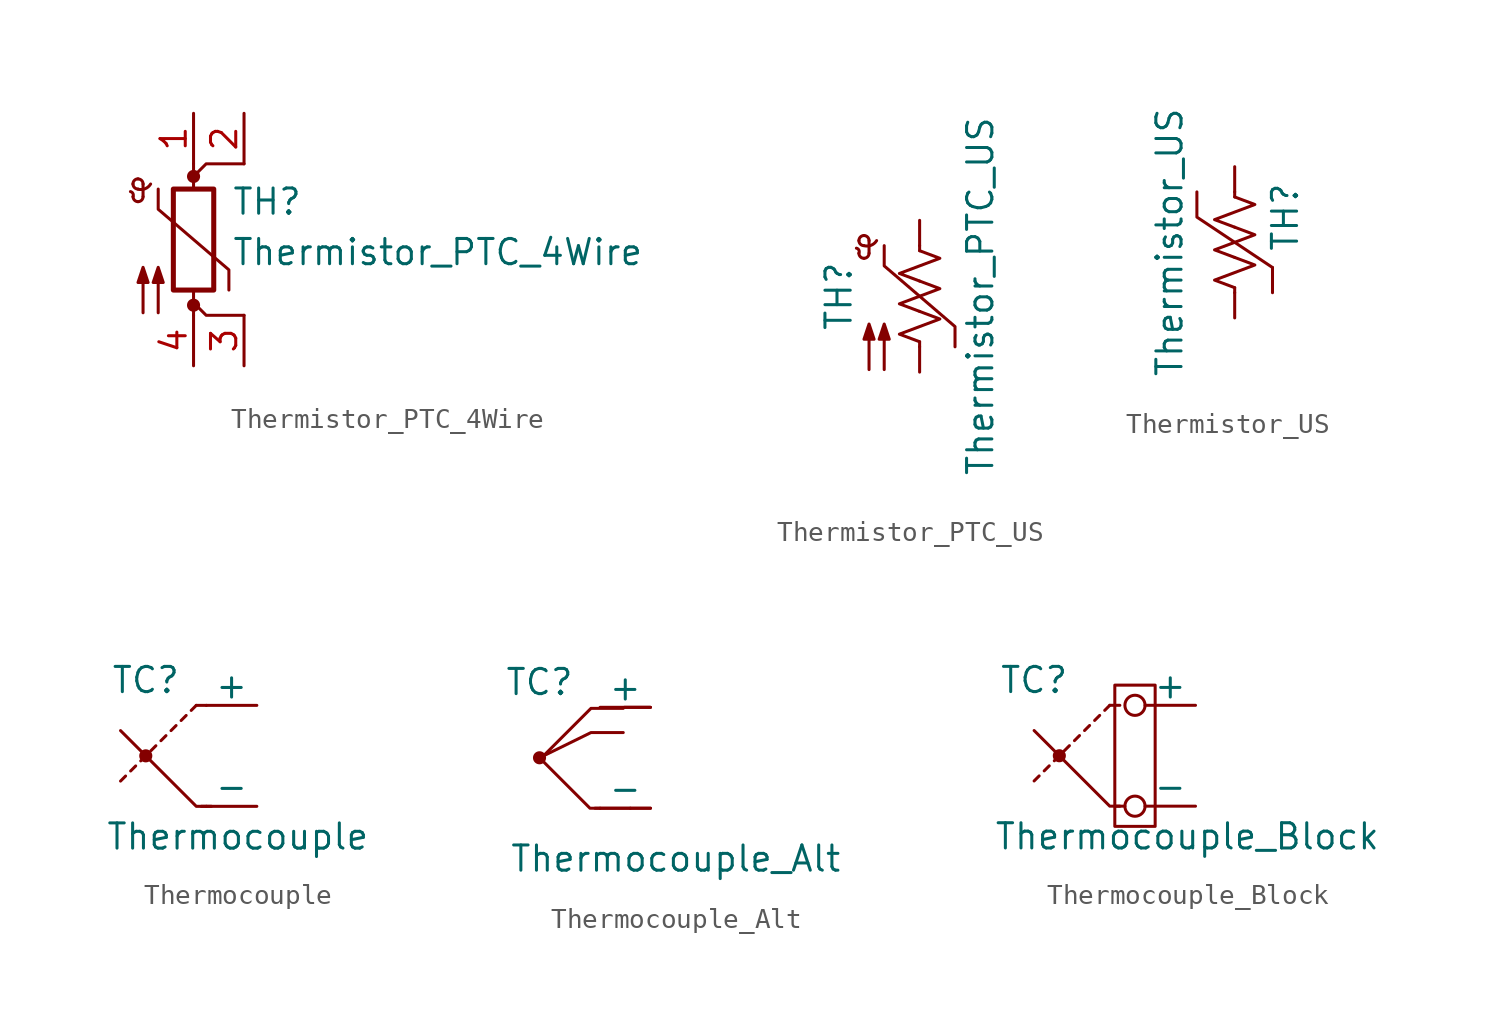
<source format=kicad_sym>
(kicad_symbol_lib
  (version 20241209)
  (generator "kicad_symbol_editor")
  (generator_version "9.0")
  (symbol "Thermistor_PTC_4Wire"
    (pin_names
      (offset 0))
    (property "Reference" "TH"
      (at 1.905 1.905 0)
      (effects (font (size 1.27 1.27)) (justify left)))
    (property "Value" "Thermistor_PTC_4Wire"
      (at 1.905 -0.635 0)
      (effects (font (size 1.27 1.27)) (justify left)))
    (symbol "Thermistor_PTC_4Wire_0_1"
      (arc (start -3.175 2.413) (mid -3.0506 2.3165) (end -3.048 2.159) (stroke (width 0) (type default)) (fill (type none)))
      (arc (start -3.048 2.794) (mid -2.9736 2.9736) (end -2.794 3.048) (stroke (width 0) (type default)) (fill (type none)))
      (arc (start -2.794 3.048) (mid -2.6144 2.9736) (end -2.54 2.794) (stroke (width 0) (type default)) (fill (type none)))
      (arc (start -2.794 2.54) (mid -2.9736 2.6144) (end -3.048 2.794) (stroke (width 0) (type default)) (fill (type none)))
      (arc (start -2.794 1.905) (mid -2.9736 1.9794) (end -3.048 2.159) (stroke (width 0) (type default)) (fill (type none)))
      (arc (start -2.54 2.159) (mid -2.6144 1.9794) (end -2.794 1.905) (stroke (width 0) (type default)) (fill (type none)))
      (arc (start -2.159 2.794) (mid -2.434 2.5608) (end -2.794 2.54) (stroke (width 0) (type default)) (fill (type none)))
      (polyline (pts (xy -2.54 2.159) (xy -2.54 2.794)) (stroke (width 0) (type default)) (fill (type none)))
      (polyline (pts (xy -2.54 -3.683) (xy -2.54 -1.397) (xy -2.794 -2.159) (xy -2.286 -2.159) (xy -2.54 -1.397) (xy -2.54 -1.651)) (stroke (width 0) (type default)) (fill (type outline)))
      (polyline (pts (xy -1.778 2.54) (xy -1.778 1.524) (xy 1.778 -1.524) (xy 1.778 -2.54)) (stroke (width 0) (type default)) (fill (type none)))
      (polyline (pts (xy -1.778 -3.683) (xy -1.778 -1.397) (xy -2.032 -2.159) (xy -1.524 -2.159) (xy -1.778 -1.397) (xy -1.778 -1.651)) (stroke (width 0) (type default)) (fill (type outline)))
      (rectangle (start -1.016 2.54) (end 1.016 -2.54) (stroke (width 0.254) (type default)) (fill (type none)))
      (polyline (pts (xy 0 3.81) (xy 0 2.54)) (stroke (width 0) (type default)) (fill (type none)))
      (circle (center 0 3.175) (radius 0.254) (stroke (width 0) (type default)) (fill (type outline)))
      (polyline (pts (xy 0 3.175) (xy 0 3.175)) (stroke (width 0) (type default)) (fill (type none)))
      (circle (center 0 -3.302) (radius 0.254) (stroke (width 0) (type default)) (fill (type outline)))
      (polyline (pts (xy 0 -3.81) (xy 0 -2.54)) (stroke (width 0) (type default)) (fill (type none)))
      (polyline (pts (xy 2.54 3.81) (xy 0.635 3.81) (xy 0 3.175)) (stroke (width 0) (type default)) (fill (type none)))
      (polyline (pts (xy 2.54 -3.81) (xy 0.635 -3.81) (xy 0 -3.175)) (stroke (width 0) (type default)) (fill (type none))))
    (symbol "Thermistor_PTC_4Wire_1_1"
      (pin passive line (at 0 6.35 270) (length 2.54) (name "~" (effects (font (size 1.27 1.27)))) (number "1" (effects (font (size 1.27 1.27)))))
      (pin passive line (at 0 -6.35 90) (length 2.54) (name "~" (effects (font (size 1.27 1.27)))) (number "4" (effects (font (size 1.27 1.27)))))
      (pin passive line (at 2.54 6.35 270) (length 2.54) (name "~" (effects (font (size 1.27 1.27)))) (number "2" (effects (font (size 1.27 1.27)))))
      (pin passive line (at 2.54 -6.35 90) (length 2.54) (name "~" (effects (font (size 1.27 1.27)))) (number "3" (effects (font (size 1.27 1.27)))))))
  (symbol "Thermistor_PTC_US"
    (pin_numbers
      (hide yes))
    (pin_names
      (offset 0))
    (property "Reference" "TH"
      (at -4.064 0 90)
      (effects (font (size 1.27 1.27))))
    (property "Value" "Thermistor_PTC_US"
      (at 3.048 0 90)
      (effects (font (size 1.27 1.27))))
    (symbol "Thermistor_PTC_US_0_1"
      (arc (start -3.175 2.413) (mid -3.0506 2.3165) (end -3.048 2.159) (stroke (width 0) (type default)) (fill (type none)))
      (arc (start -3.048 2.794) (mid -2.9736 2.9736) (end -2.794 3.048) (stroke (width 0) (type default)) (fill (type none)))
      (arc (start -2.794 3.048) (mid -2.6144 2.9736) (end -2.54 2.794) (stroke (width 0) (type default)) (fill (type none)))
      (arc (start -2.794 2.54) (mid -2.9736 2.6144) (end -3.048 2.794) (stroke (width 0) (type default)) (fill (type none)))
      (arc (start -2.794 1.905) (mid -2.9736 1.9794) (end -3.048 2.159) (stroke (width 0) (type default)) (fill (type none)))
      (arc (start -2.54 2.159) (mid -2.6144 1.9794) (end -2.794 1.905) (stroke (width 0) (type default)) (fill (type none)))
      (arc (start -2.159 2.794) (mid -2.434 2.5608) (end -2.794 2.54) (stroke (width 0) (type default)) (fill (type none)))
      (polyline (pts (xy -2.54 2.159) (xy -2.54 2.794)) (stroke (width 0) (type default)) (fill (type none)))
      (polyline (pts (xy -2.54 -3.683) (xy -2.54 -1.397) (xy -2.794 -2.159) (xy -2.286 -2.159) (xy -2.54 -1.397) (xy -2.54 -1.651)) (stroke (width 0) (type default)) (fill (type outline)))
      (polyline (pts (xy -1.778 2.54) (xy -1.778 1.524) (xy 1.778 -1.524) (xy 1.778 -2.54)) (stroke (width 0) (type default)) (fill (type none)))
      (polyline (pts (xy -1.778 -3.683) (xy -1.778 -1.397) (xy -2.032 -2.159) (xy -1.524 -2.159) (xy -1.778 -1.397) (xy -1.778 -1.651)) (stroke (width 0) (type default)) (fill (type outline)))
      (polyline (pts (xy 0 2.286) (xy 0 2.54)) (stroke (width 0) (type default)) (fill (type none)))
      (polyline (pts (xy 0 2.286) (xy 1.016 1.905) (xy 0 1.524) (xy -1.016 1.143) (xy 0 0.762)) (stroke (width 0) (type default)) (fill (type none)))
      (polyline (pts (xy 0 0.762) (xy 1.016 0.381) (xy 0 0) (xy -1.016 -0.381) (xy 0 -0.762)) (stroke (width 0) (type default)) (fill (type none)))
      (polyline (pts (xy 0 -0.762) (xy 1.016 -1.143) (xy 0 -1.524) (xy -1.016 -1.905) (xy 0 -2.286)) (stroke (width 0) (type default)) (fill (type none)))
      (polyline (pts (xy 0 -2.286) (xy 0 -2.54)) (stroke (width 0) (type default)) (fill (type none))))
    (symbol "Thermistor_PTC_US_1_1"
      (pin passive line (at 0 3.81 270) (length 1.27) (name "~" (effects (font (size 1.27 1.27)))) (number "1" (effects (font (size 1.27 1.27)))))
      (pin passive line (at 0 -3.81 90) (length 1.27) (name "~" (effects (font (size 1.27 1.27)))) (number "2" (effects (font (size 1.27 1.27)))))))
  (symbol "Thermistor_US"
    (pin_numbers
      (hide yes))
    (pin_names
      (offset 0))
    (property "Reference" "TH"
      (at 2.54 1.27 90)
      (effects (font (size 1.27 1.27))))
    (property "Value" "Thermistor_US"
      (at -2.54 0 90)
      (effects (font (size 1.27 1.27)) (justify bottom)))
    (symbol "Thermistor_US_0_1"
      (polyline (pts (xy -1.905 2.54) (xy -1.905 1.27) (xy 1.905 -1.27)) (stroke (width 0) (type default)) (fill (type none)))
      (polyline (pts (xy 0 2.286) (xy 0 2.54)) (stroke (width 0) (type default)) (fill (type none)))
      (polyline (pts (xy 0 2.286) (xy 1.016 1.905) (xy 0 1.524) (xy -1.016 1.143) (xy 0 0.762)) (stroke (width 0) (type default)) (fill (type none)))
      (polyline (pts (xy 0 0.762) (xy 1.016 0.381) (xy 0 0) (xy -1.016 -0.381) (xy 0 -0.762)) (stroke (width 0) (type default)) (fill (type none)))
      (polyline (pts (xy 0 -0.762) (xy 1.016 -1.143) (xy 0 -1.524) (xy -1.016 -1.905) (xy 0 -2.286)) (stroke (width 0) (type default)) (fill (type none)))
      (polyline (pts (xy 0 -2.286) (xy 0 -2.54)) (stroke (width 0) (type default)) (fill (type none)))
      (polyline (pts (xy 1.905 -1.27) (xy 1.905 -2.54)) (stroke (width 0) (type default)) (fill (type none))))
    (symbol "Thermistor_US_1_1"
      (pin passive line (at 0 3.81 270) (length 1.27) (name "~" (effects (font (size 1.27 1.27)))) (number "1" (effects (font (size 1.27 1.27)))))
      (pin passive line (at 0 -3.81 90) (length 1.27) (name "~" (effects (font (size 1.27 1.27)))) (number "2" (effects (font (size 1.27 1.27)))))))
  (symbol "Thermocouple"
    (pin_numbers
      (hide yes))
    (pin_names
      (offset 0))
    (property "Reference" "TC"
      (at -3.048 3.81 0)
      (effects (font (size 1.27 1.27))))
    (property "Value" "Thermocouple"
      (at -5.08 -4.064 0)
      (effects (font (size 1.27 1.27)) (justify left)))
    (symbol "Thermocouple_0_1"
      (polyline (pts (xy -4.064 -1.016) (xy -4.318 -1.27)) (stroke (width 0) (type default)) (fill (type none)))
      (polyline (pts (xy -3.556 -0.508) (xy -3.81 -0.762)) (stroke (width 0) (type default)) (fill (type none)))
      (circle (center -3.048 0) (radius 0.254) (stroke (width 0) (type default)) (fill (type outline)))
      (polyline (pts (xy -3.048 0) (xy -3.302 -0.254)) (stroke (width 0) (type default)) (fill (type none)))
      (polyline (pts (xy -2.54 0.508) (xy -2.794 0.254)) (stroke (width 0) (type default)) (fill (type none)))
      (polyline (pts (xy -2.032 1.016) (xy -2.286 0.762)) (stroke (width 0) (type default)) (fill (type none)))
      (polyline (pts (xy -1.524 1.524) (xy -1.778 1.27)) (stroke (width 0) (type default)) (fill (type none)))
      (polyline (pts (xy -1.016 2.032) (xy -1.27 1.778)) (stroke (width 0) (type default)) (fill (type none)))
      (polyline (pts (xy -0.508 2.54) (xy -0.762 2.286)) (stroke (width 0) (type default)) (fill (type none)))
      (polyline (pts (xy 0 2.54) (xy -0.508 2.54)) (stroke (width 0) (type default)) (fill (type none)))
      (polyline (pts (xy 0 -2.54) (xy -0.254 -2.54)) (stroke (width 0) (type default)) (fill (type none)))
      (polyline (pts (xy 0.254 -2.54) (xy -0.508 -2.54) (xy -4.318 1.27)) (stroke (width 0) (type default)) (fill (type none))))
    (symbol "Thermocouple_1_1"
      (pin passive line (at 2.54 2.54 180) (length 2.54) (name "+" (effects (font (size 1.27 1.27)))) (number "1" (effects (font (size 1.27 1.27)))))
      (pin passive line (at 2.54 -2.54 180) (length 2.54) (name "-" (effects (font (size 1.27 1.27)))) (number "2" (effects (font (size 1.27 1.27)))))))
  (symbol "Thermocouple_Alt"
    (pin_numbers
      (hide yes))
    (pin_names
      (offset 0))
    (property "Reference" "TC"
      (at -3.048 3.81 0)
      (effects (font (size 1.27 1.27))))
    (property "Value" "Thermocouple_Alt"
      (at -4.572 -5.08 0)
      (effects (font (size 1.27 1.27)) (justify left)))
    (symbol "Thermocouple_Alt_0_1"
      (circle (center -3.048 0) (radius 0.254) (stroke (width 0) (type default)) (fill (type outline)))
      (polyline (pts (xy 0 -2.54) (xy -0.254 -2.54)) (stroke (width 0) (type default)) (fill (type none)))
      (polyline (pts (xy 1.168 2.489) (xy -0.457 2.489) (xy -2.997 -0.051)) (stroke (width 0) (type default)) (fill (type none)))
      (polyline (pts (xy 1.168 1.27) (xy -0.457 1.27) (xy -3.048 0)) (stroke (width 0) (type default)) (fill (type none)))
      (polyline (pts (xy 1.219 2.54) (xy 2.54 2.54)) (stroke (width 0) (type default)) (fill (type none)))
      (polyline (pts (xy 1.524 -2.54) (xy 2.54 -2.54)) (stroke (width 0) (type default)) (fill (type none)))
      (polyline (pts (xy 1.524 -2.54) (xy -0.508 -2.54) (xy -3.048 0)) (stroke (width 0) (type default)) (fill (type none))))
    (symbol "Thermocouple_Alt_1_1"
      (pin passive line (at 2.54 2.54 180) (length 2.54) (name "+" (effects (font (size 1.27 1.27)))) (number "1" (effects (font (size 1.27 1.27)))))
      (pin passive line (at 2.54 -2.54 180) (length 2.54) (name "-" (effects (font (size 1.27 1.27)))) (number "2" (effects (font (size 1.27 1.27)))))))
  (symbol "Thermocouple_Block"
    (pin_numbers
      (hide yes))
    (pin_names
      (offset 0))
    (property "Reference" "TC"
      (at -3.048 3.81 0)
      (effects (font (size 1.27 1.27))))
    (property "Value" "Thermocouple_Block"
      (at -5.08 -4.064 0)
      (effects (font (size 1.27 1.27)) (justify left)))
    (symbol "Thermocouple_Block_0_1"
      (polyline (pts (xy -2.794 -1.016) (xy -3.048 -1.27)) (stroke (width 0) (type default)) (fill (type none)))
      (polyline (pts (xy -2.286 -0.508) (xy -2.54 -0.762)) (stroke (width 0) (type default)) (fill (type none)))
      (circle (center -1.778 0) (radius 0.254) (stroke (width 0) (type default)) (fill (type outline)))
      (polyline (pts (xy -1.778 0) (xy -2.032 -0.254)) (stroke (width 0) (type default)) (fill (type none)))
      (polyline (pts (xy -1.27 0.508) (xy -1.524 0.254)) (stroke (width 0) (type default)) (fill (type none)))
      (polyline (pts (xy -0.762 1.016) (xy -1.016 0.762)) (stroke (width 0) (type default)) (fill (type none)))
      (polyline (pts (xy -0.254 1.524) (xy -0.508 1.27)) (stroke (width 0) (type default)) (fill (type none)))
      (polyline (pts (xy 0.254 2.032) (xy 0 1.778)) (stroke (width 0) (type default)) (fill (type none)))
      (polyline (pts (xy 0.762 2.54) (xy 0.508 2.286)) (stroke (width 0) (type default)) (fill (type none)))
      (rectangle (start 1.016 3.556) (end 3.048 -3.556) (stroke (width 0) (type default)) (fill (type none)))
      (polyline (pts (xy 1.27 2.54) (xy 0.762 2.54)) (stroke (width 0) (type default)) (fill (type none)))
      (polyline (pts (xy 1.27 -2.54) (xy 1.016 -2.54)) (stroke (width 0) (type default)) (fill (type none)))
      (polyline (pts (xy 1.524 -2.54) (xy 0.762 -2.54) (xy -3.048 1.27)) (stroke (width 0) (type default)) (fill (type none)))
      (circle (center 2.032 2.54) (radius 0.508) (stroke (width 0) (type default)) (fill (type none)))
      (circle (center 2.032 -2.54) (radius 0.508) (stroke (width 0) (type default)) (fill (type none))))
    (symbol "Thermocouple_Block_1_1"
      (pin passive line (at 5.08 2.54 180) (length 2.54) (name "+" (effects (font (size 1.27 1.27)))) (number "1" (effects (font (size 1.27 1.27)))))
      (pin passive line (at 5.08 -2.54 180) (length 2.54) (name "-" (effects (font (size 1.27 1.27)))) (number "2" (effects (font (size 1.27 1.27))))))))
</source>
